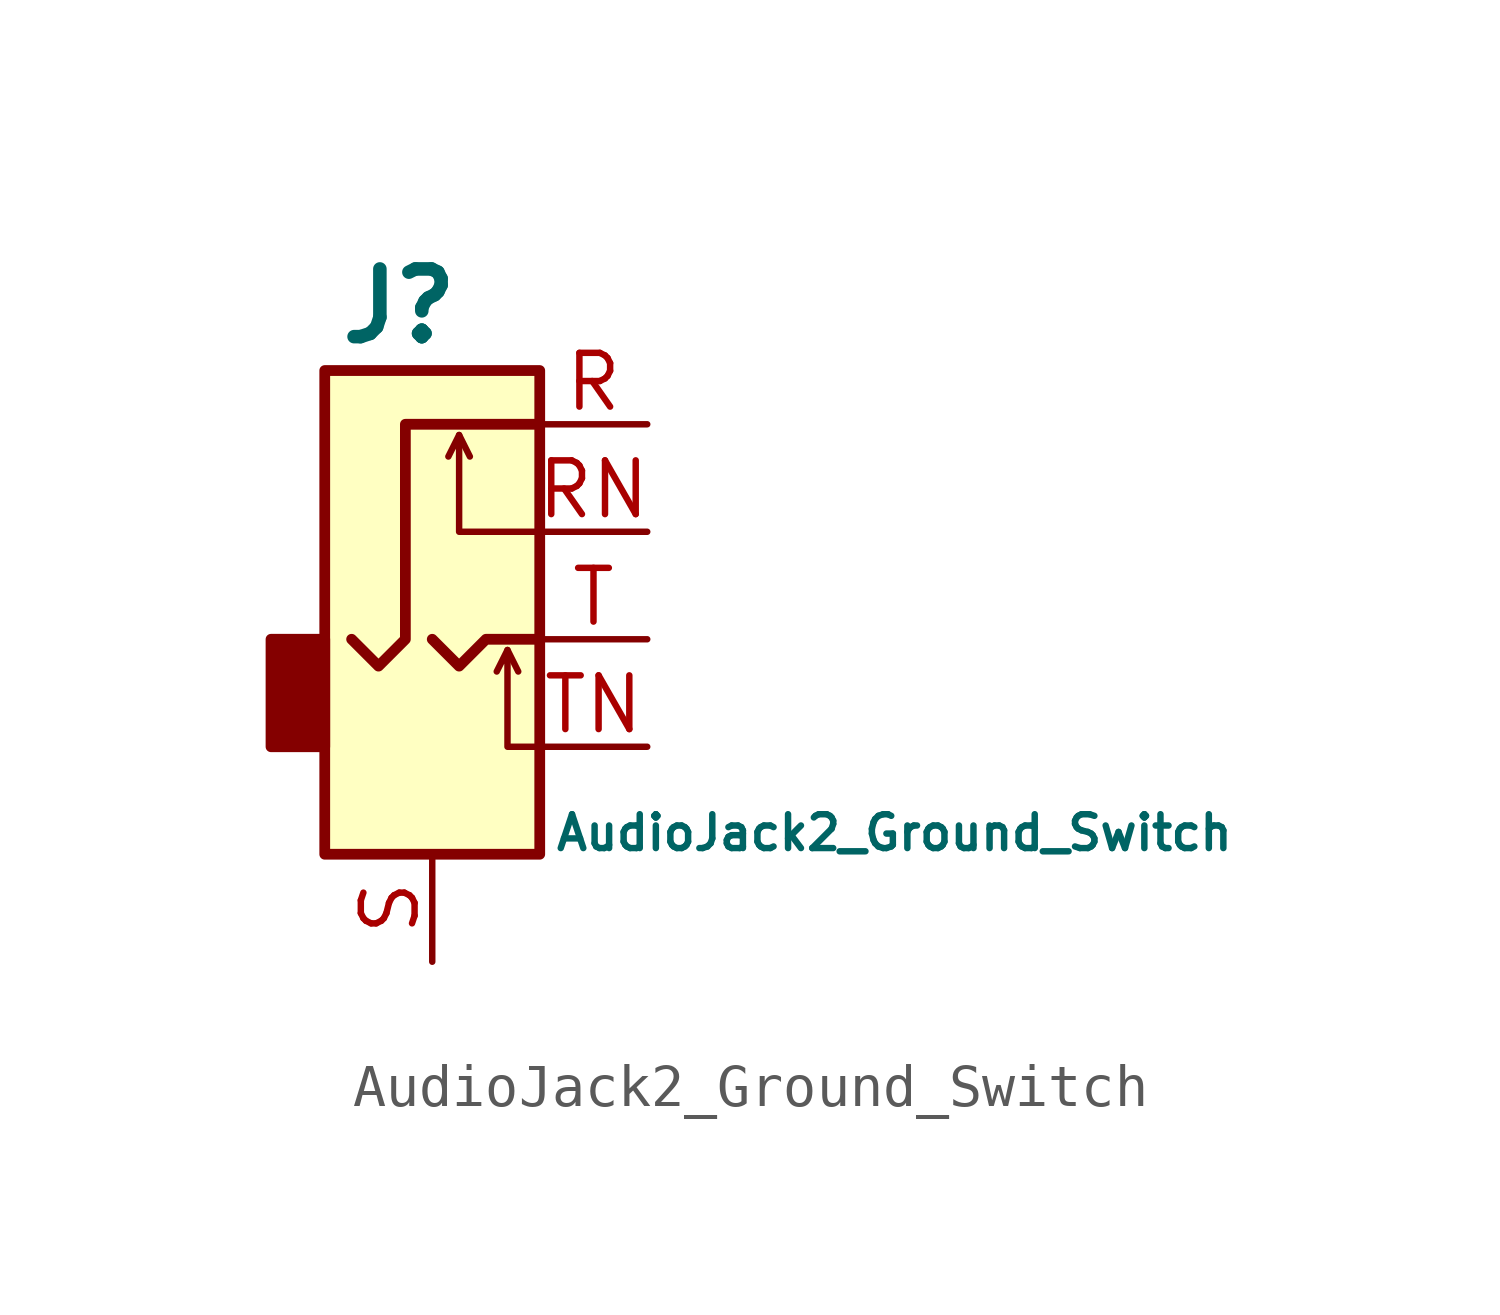
<source format=kicad_sym>
(kicad_symbol_lib
  (version 20241209)
  (generator "kicad_symbol_editor")
  (generator_version "9.0")
  (symbol "AudioJack2_Ground_Switch"
    (property "Reference" "J"
      (at -2.286 7.874 0)
      (effects (font (size 1.6 1.6) (thickness 0.32) (bold yes)) (justify left)))
    (property "Value" "AudioJack2_Ground_Switch"
      (at 10.922 -4.572 0)
      (effects (font (size 0.8 0.8))))
    (symbol "AudioJack2_Ground_Switch_0_1"
      (rectangle (start -2.54 -2.54) (end -3.81 0) (stroke (width 0.254) (type default)) (fill (type outline)))
      (rectangle (start 2.54 6.35) (end -2.54 -5.08) (stroke (width 0.254) (type default)) (fill (type background))))
    (symbol "AudioJack2_Ground_Switch_1_1"
      (polyline (pts (xy 0 0) (xy 0.635 -0.635) (xy 1.27 0) (xy 2.54 0)) (stroke (width 0.254) (type default)) (fill (type none)))
      (polyline (pts (xy 0.635 4.826) (xy 0.889 4.318)) (stroke (width 0) (type default)) (fill (type none)))
      (polyline (pts (xy 1.778 -0.254) (xy 2.032 -0.762)) (stroke (width 0) (type default)) (fill (type none)))
      (polyline (pts (xy 2.54 5.08) (xy -0.635 5.08) (xy -0.635 0) (xy -1.27 -0.635) (xy -1.905 0)) (stroke (width 0.254) (type default)) (fill (type none)))
      (polyline (pts (xy 2.54 2.54) (xy 0.635 2.54) (xy 0.635 4.826) (xy 0.381 4.318)) (stroke (width 0) (type default)) (fill (type none)))
      (polyline (pts (xy 2.54 -2.54) (xy 1.778 -2.54) (xy 1.778 -0.254) (xy 1.524 -0.762)) (stroke (width 0) (type default)) (fill (type none)))
      (pin passive line (at 0 -7.62 90) (length 2.54) (name "~" (effects (font (size 1.27 1.27)))) (number "S" (effects (font (size 1.27 1.27)))))
      (pin passive line (at 5.08 5.08 180) (length 2.54) (name "~" (effects (font (size 1.27 1.27)))) (number "R" (effects (font (size 1.27 1.27)))))
      (pin passive line (at 5.08 2.54 180) (length 2.54) (name "~" (effects (font (size 1.27 1.27)))) (number "RN" (effects (font (size 1.27 1.27)))))
      (pin passive line (at 5.08 0 180) (length 2.54) (name "~" (effects (font (size 1.27 1.27)))) (number "T" (effects (font (size 1.27 1.27)))))
      (pin passive line (at 5.08 -2.54 180) (length 2.54) (name "~" (effects (font (size 1.27 1.27)))) (number "TN" (effects (font (size 1.27 1.27))))))))
</source>
